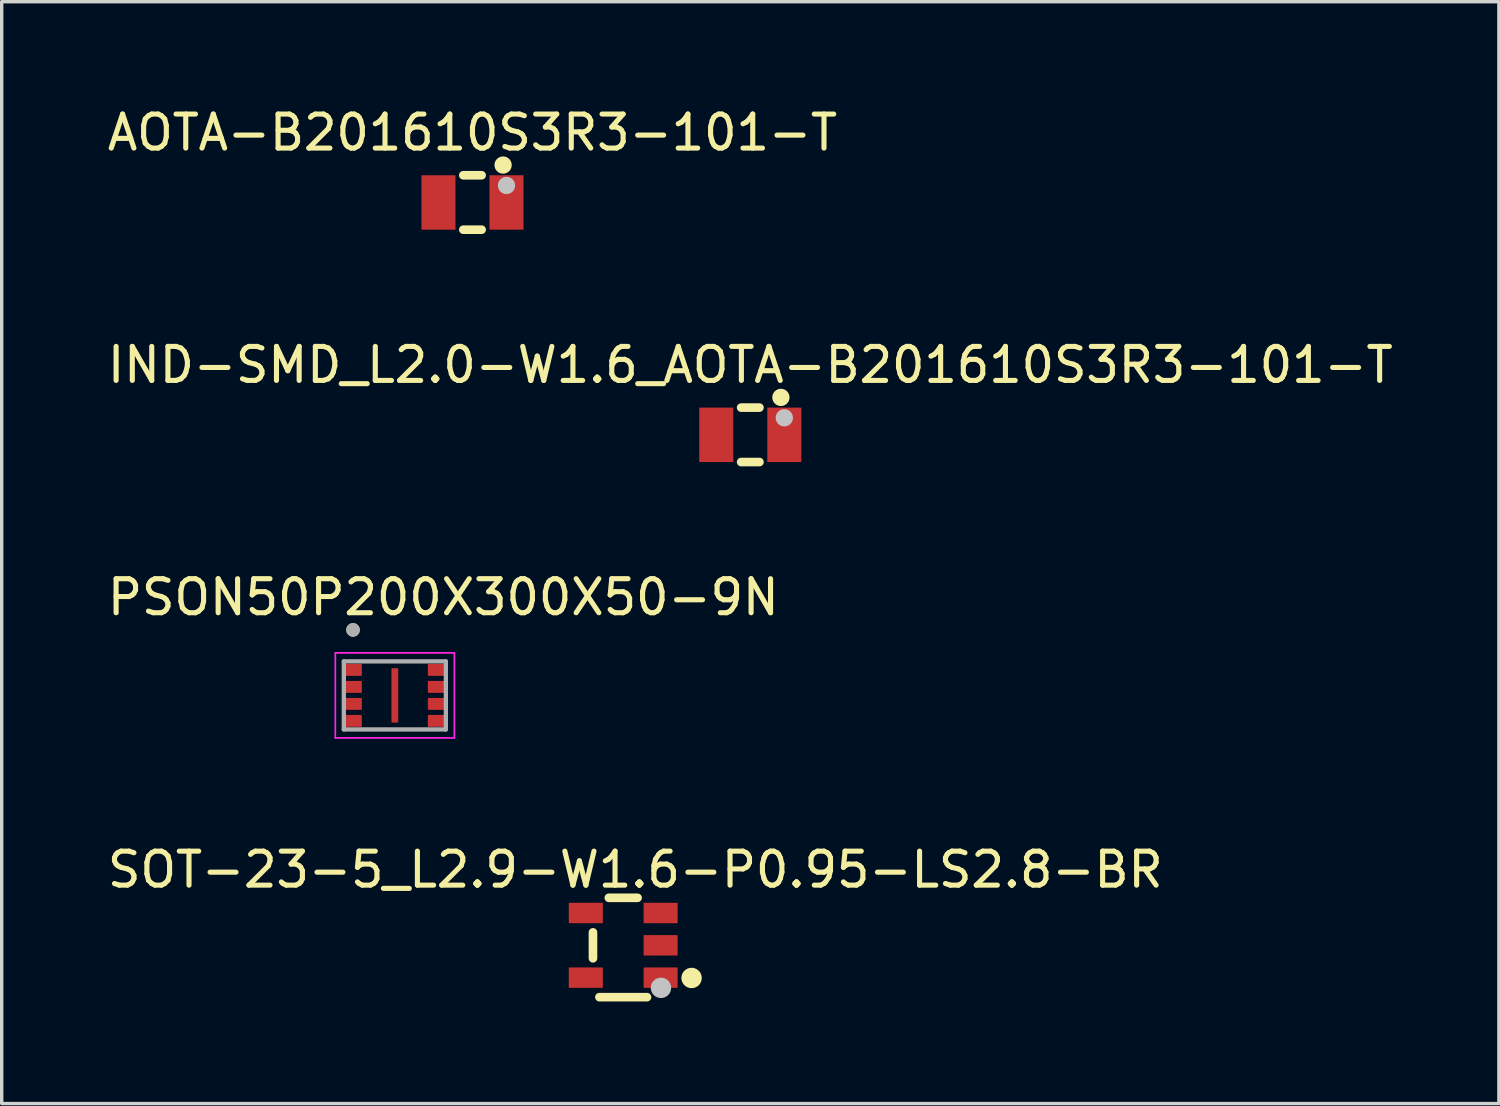
<source format=kicad_pcb>
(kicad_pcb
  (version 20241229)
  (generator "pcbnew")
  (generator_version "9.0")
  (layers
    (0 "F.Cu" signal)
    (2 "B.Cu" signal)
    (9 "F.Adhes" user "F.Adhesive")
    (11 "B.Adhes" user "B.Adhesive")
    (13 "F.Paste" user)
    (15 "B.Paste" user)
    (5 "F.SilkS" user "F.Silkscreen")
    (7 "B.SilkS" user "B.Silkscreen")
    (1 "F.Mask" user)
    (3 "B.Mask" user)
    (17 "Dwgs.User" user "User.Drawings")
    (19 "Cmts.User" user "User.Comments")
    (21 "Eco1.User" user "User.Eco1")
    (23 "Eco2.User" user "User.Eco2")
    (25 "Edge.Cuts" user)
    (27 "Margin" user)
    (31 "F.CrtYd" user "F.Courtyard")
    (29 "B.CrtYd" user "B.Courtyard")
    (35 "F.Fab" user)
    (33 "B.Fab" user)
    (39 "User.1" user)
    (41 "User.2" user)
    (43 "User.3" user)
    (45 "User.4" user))
  (footprint "AOTA-B201610S3R3-101-T"
    (layer "F.Cu")
    (at 10.839 2.902)
    (property "Reference" "AOTA-B201610S3R3-101-T" (at 0 -2.054 0) (layer "F.SilkS") (effects (font (size 1 1) (thickness 0.15))))
    (fp_line (start -0.269 -0.8) (end 0.269 -0.8) (stroke (width 0.254) (type default)) (layer "F.SilkS"))
    (fp_line (start -0.269 0.8) (end 0.269 0.8) (stroke (width 0.254) (type default)) (layer "F.SilkS"))
    (fp_circle (center 0.9 -1.1) (end 1.027 -1.1) (stroke (width 0.254) (type default)) (fill no) (layer "F.SilkS"))
    (fp_circle (center 1 -0.5) (end 1.127 -0.5) (stroke (width 0.254) (type default)) (fill no) (layer "Dwgs.User"))
    (fp_poly (pts (xy -1 -0.8) (xy -0.4 -0.8) (xy -0.4 0.8) (xy -1 0.8)) (stroke (width 0.1) (type default)) (fill no) (layer "User.1"))
    (fp_poly (pts (xy 0.4 -0.8) (xy 1 -0.8) (xy 1 0.8) (xy 0.4 0.8)) (stroke (width 0.1) (type default)) (fill no) (layer "User.1"))
    (fp_line (start -1 -0.8) (end 1 -0.8) (stroke (width 0.051) (type default)) (layer "User.2"))
    (fp_line (start -1 0.8) (end -1 -0.8) (stroke (width 0.051) (type default)) (layer "User.2"))
    (fp_line (start 1 -0.8) (end 1 0.8) (stroke (width 0.051) (type default)) (layer "User.2"))
    (fp_line (start 1 0.8) (end -1 0.8) (stroke (width 0.051) (type default)) (layer "User.2"))
    (fp_poly (pts (xy -0.945 0.777) (xy -0.977 0.745) (xy -1.023 0.745) (xy -1.055 0.777) (xy -1.055 0.823) (xy -1.023 0.855) (xy -0.977 0.855) (xy -0.945 0.823)) (stroke (width 0.1) (type default)) (fill no) (layer "User.3"))
    (pad "1" smd rect (at -1 0) (size 1 1.6) (layers "F.Cu" "F.Mask" "F.Paste"))
    (pad "2" smd rect (at 1 0) (size 1 1.6) (layers "F.Cu" "F.Mask" "F.Paste")))
  (footprint "PSON50P200X300X50-9N"
    (layer "F.Cu")
    (at 8.557 17.392)
    (property "Reference" "PSON50P200X300X50-9N" (at 1.425 -2.885 0) (layer "F.SilkS") (effects (font (size 1 1) (thickness 0.15))))
    (attr smd)
    (fp_circle (center -1.23 -1.925) (end -1.13 -1.925) (stroke (width 0.2) (type solid)) (fill no) (layer "F.SilkS"))
    (fp_line (start -1.75 -1.25) (end -1.75 1.25) (stroke (width 0.05) (type solid)) (layer "F.CrtYd"))
    (fp_line (start -1.75 1.25) (end 1.75 1.25) (stroke (width 0.05) (type solid)) (layer "F.CrtYd"))
    (fp_line (start 1.75 -1.25) (end -1.75 -1.25) (stroke (width 0.05) (type solid)) (layer "F.CrtYd"))
    (fp_line (start 1.75 1.25) (end 1.75 -1.25) (stroke (width 0.05) (type solid)) (layer "F.CrtYd"))
    (fp_line (start -1.5 -1) (end 1.5 -1) (stroke (width 0.127) (type solid)) (layer "F.Fab"))
    (fp_line (start -1.5 1) (end -1.5 -1) (stroke (width 0.127) (type solid)) (layer "F.Fab"))
    (fp_line (start 1.5 -1) (end 1.5 1) (stroke (width 0.127) (type solid)) (layer "F.Fab"))
    (fp_line (start 1.5 1) (end -1.5 1) (stroke (width 0.127) (type solid)) (layer "F.Fab"))
    (fp_circle (center -1.23 -1.925) (end -1.13 -1.925) (stroke (width 0.2) (type solid)) (fill no) (layer "F.Fab"))
    (pad "1" smd roundrect (at -1.23 -0.75) (size 0.52 0.35) (layers "F.Cu" "F.Mask" "F.Paste") (roundrect_rratio 0.07))
    (pad "2" smd roundrect (at -1.23 -0.25) (size 0.52 0.35) (layers "F.Cu" "F.Mask" "F.Paste") (roundrect_rratio 0.07))
    (pad "3" smd roundrect (at -1.23 0.25) (size 0.52 0.35) (layers "F.Cu" "F.Mask" "F.Paste") (roundrect_rratio 0.07))
    (pad "4" smd roundrect (at -1.23 0.75) (size 0.52 0.35) (layers "F.Cu" "F.Mask" "F.Paste") (roundrect_rratio 0.07))
    (pad "5" smd roundrect (at 1.23 0.75) (size 0.52 0.35) (layers "F.Cu" "F.Mask" "F.Paste") (roundrect_rratio 0.07))
    (pad "6" smd roundrect (at 1.23 0.25) (size 0.52 0.35) (layers "F.Cu" "F.Mask" "F.Paste") (roundrect_rratio 0.07))
    (pad "7" smd roundrect (at 1.23 -0.25) (size 0.52 0.35) (layers "F.Cu" "F.Mask" "F.Paste") (roundrect_rratio 0.07))
    (pad "8" smd roundrect (at 1.23 -0.75) (size 0.52 0.35) (layers "F.Cu" "F.Mask" "F.Paste") (roundrect_rratio 0.07))
    (pad "9" smd roundrect (at 0 0) (size 0.2 1.6) (layers "F.Cu" "F.Mask" "F.Paste") (roundrect_rratio 0.125)))
  (footprint "SOT-23-5_L2.9-W1.6-P0.95-LS2.8-BR"
    (layer "F.Cu")
    (at 15.27 24.739)
    (property "Reference" "SOT-23-5_L2.9-W1.6-P0.95-LS2.8-BR" (at 0.355 -2.224 0) (layer "F.SilkS") (effects (font (size 1 1) (thickness 0.15))))
    (fp_line (start -0.889 0.381) (end -0.889 -0.381) (stroke (width 0.254) (type default)) (layer "F.SilkS"))
    (fp_line (start -0.699 1.524) (end 0.699 1.524) (stroke (width 0.254) (type default)) (layer "F.SilkS"))
    (fp_line (start -0.422 -1.397) (end 0.422 -1.397) (stroke (width 0.254) (type default)) (layer "F.SilkS"))
    (fp_circle (center 2.01 0.96) (end 2.16 0.96) (stroke (width 0.3) (type default)) (fill no) (layer "F.SilkS"))
    (fp_circle (center 1.11 1.25) (end 1.26 1.25) (stroke (width 0.3) (type default)) (fill no) (layer "Dwgs.User"))
    (fp_poly (pts (xy -0.95 -0.75) (xy -1.4 -0.75) (xy -1.4 -1.15) (xy -0.95 -1.15)) (stroke (width 0.1) (type default)) (fill no) (layer "User.1"))
    (fp_poly (pts (xy -0.95 1.15) (xy -1.4 1.15) (xy -1.4 0.75) (xy -0.95 0.75)) (stroke (width 0.1) (type default)) (fill no) (layer "User.1"))
    (fp_poly (pts (xy -0.79 -0.75) (xy -0.96 -0.75) (xy -0.96 -1.15) (xy -0.79 -1.15)) (stroke (width 0.1) (type default)) (fill no) (layer "User.1"))
    (fp_poly (pts (xy -0.79 1.15) (xy -0.96 1.15) (xy -0.96 0.75) (xy -0.79 0.75)) (stroke (width 0.1) (type default)) (fill no) (layer "User.1"))
    (fp_poly (pts (xy 0.96 -0.75) (xy 0.79 -0.75) (xy 0.79 -1.15) (xy 0.96 -1.15)) (stroke (width 0.1) (type default)) (fill no) (layer "User.1"))
    (fp_poly (pts (xy 0.96 0.2) (xy 0.79 0.2) (xy 0.79 -0.2) (xy 0.96 -0.2)) (stroke (width 0.1) (type default)) (fill no) (layer "User.1"))
    (fp_poly (pts (xy 0.96 1.15) (xy 0.79 1.15) (xy 0.79 0.75) (xy 0.96 0.75)) (stroke (width 0.1) (type default)) (fill no) (layer "User.1"))
    (fp_poly (pts (xy 1.4 -0.75) (xy 0.95 -0.75) (xy 0.95 -1.15) (xy 1.4 -1.15)) (stroke (width 0.1) (type default)) (fill no) (layer "User.1"))
    (fp_poly (pts (xy 1.4 0.2) (xy 0.95 0.2) (xy 0.95 -0.2) (xy 1.4 -0.2)) (stroke (width 0.1) (type default)) (fill no) (layer "User.1"))
    (fp_poly (pts (xy 1.4 1.15) (xy 0.95 1.15) (xy 0.95 0.75) (xy 1.4 0.75)) (stroke (width 0.1) (type default)) (fill no) (layer "User.1"))
    (fp_line (start -0.8 -1.45) (end 0.8 -1.45) (stroke (width 0.051) (type default)) (layer "User.2"))
    (fp_line (start -0.8 1.45) (end -0.8 -1.45) (stroke (width 0.051) (type default)) (layer "User.2"))
    (fp_line (start 0.8 -1.45) (end 0.8 1.45) (stroke (width 0.051) (type default)) (layer "User.2"))
    (fp_line (start 0.8 1.45) (end -0.8 1.45) (stroke (width 0.051) (type default)) (layer "User.2"))
    (fp_poly (pts (xy 1.455 1.427) (xy 1.423 1.395) (xy 1.377 1.395) (xy 1.345 1.427) (xy 1.345 1.473) (xy 1.377 1.505) (xy 1.423 1.505) (xy 1.455 1.473)) (stroke (width 0.1) (type default)) (fill no) (layer "User.3"))
    (pad "1" smd rect (at 1.1 0.95 90) (size 0.6 1) (layers "F.Cu" "F.Mask" "F.Paste"))
    (pad "2" smd rect (at 1.1 0 90) (size 0.6 1) (layers "F.Cu" "F.Mask" "F.Paste"))
    (pad "3" smd rect (at 1.1 -0.95 90) (size 0.6 1) (layers "F.Cu" "F.Mask" "F.Paste"))
    (pad "4" smd rect (at -1.1 -0.95 90) (size 0.6 1) (layers "F.Cu" "F.Mask" "F.Paste"))
    (pad "5" smd rect (at -1.1 0.95 90) (size 0.6 1) (layers "F.Cu" "F.Mask" "F.Paste")))
  (footprint "IND-SMD_L2.0-W1.6_AOTA-B201610S3R3-101-T"
    (layer "F.Cu")
    (at 19.006 9.732)
    (property "Reference" "IND-SMD_L2.0-W1.6_AOTA-B201610S3R3-101-T" (at 0 -2.054 0) (layer "F.SilkS") (effects (font (size 1 1) (thickness 0.15))))
    (fp_line (start -0.269 -0.8) (end 0.269 -0.8) (stroke (width 0.254) (type default)) (layer "F.SilkS"))
    (fp_line (start -0.269 0.8) (end 0.269 0.8) (stroke (width 0.254) (type default)) (layer "F.SilkS"))
    (fp_circle (center 0.9 -1.1) (end 1.027 -1.1) (stroke (width 0.254) (type default)) (fill no) (layer "F.SilkS"))
    (fp_circle (center 1 -0.5) (end 1.127 -0.5) (stroke (width 0.254) (type default)) (fill no) (layer "Dwgs.User"))
    (fp_poly (pts (xy -1 -0.8) (xy -0.4 -0.8) (xy -0.4 0.8) (xy -1 0.8)) (stroke (width 0.1) (type default)) (fill no) (layer "User.1"))
    (fp_poly (pts (xy 0.4 -0.8) (xy 1 -0.8) (xy 1 0.8) (xy 0.4 0.8)) (stroke (width 0.1) (type default)) (fill no) (layer "User.1"))
    (fp_line (start -1 -0.8) (end 1 -0.8) (stroke (width 0.051) (type default)) (layer "User.2"))
    (fp_line (start -1 0.8) (end -1 -0.8) (stroke (width 0.051) (type default)) (layer "User.2"))
    (fp_line (start 1 -0.8) (end 1 0.8) (stroke (width 0.051) (type default)) (layer "User.2"))
    (fp_line (start 1 0.8) (end -1 0.8) (stroke (width 0.051) (type default)) (layer "User.2"))
    (fp_poly (pts (xy -0.945 0.777) (xy -0.977 0.745) (xy -1.023 0.745) (xy -1.055 0.777) (xy -1.055 0.823) (xy -1.023 0.855) (xy -0.977 0.855) (xy -0.945 0.823)) (stroke (width 0.1) (type default)) (fill no) (layer "User.3"))
    (pad "1" smd rect (at -1 0) (size 1 1.6) (layers "F.Cu" "F.Mask" "F.Paste"))
    (pad "2" smd rect (at 1 0) (size 1 1.6) (layers "F.Cu" "F.Mask" "F.Paste")))
  (gr_rect
    (start -3 -3)
    (end 41.012 29.39)
    (stroke (width 0.1) (type default))
    (fill no)
    (layer "Edge.Cuts")))
</source>
